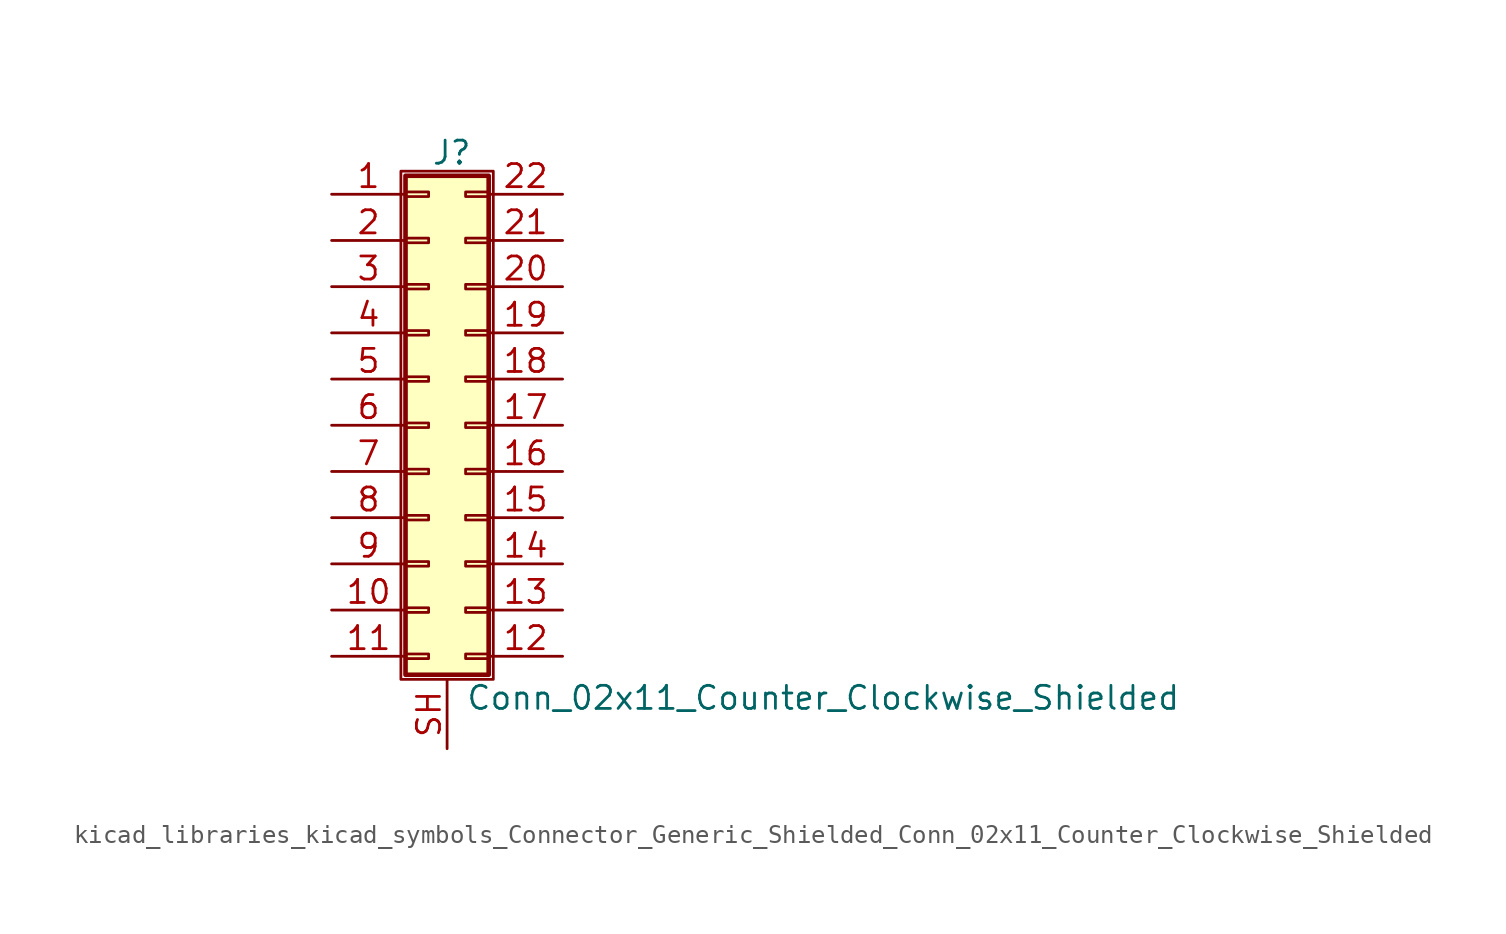
<source format=kicad_sym>
(kicad_symbol_lib
  (version 20220914)
  (generator kicad_symbol_editor)
  (symbol "kicad_libraries_kicad_symbols_Connector_Generic_Shielded_Conn_02x11_Counter_Clockwise_Shielded"
    (pin_names
      (offset 1.016) hide)
    (property "Reference" "J"
      (at 1.524 14.986 0)
      (effects (font (size 1.27 1.27))))
    (property "Value" "Conn_02x11_Counter_Clockwise_Shielded"
      (at 2.286 -14.986 0)
      (effects (font (size 1.27 1.27)) (justify left)))
    (symbol "kicad_libraries_kicad_symbols_Connector_Generic_Shielded_Conn_02x11_Counter_Clockwise_Shielded_1_1"
      (rectangle (start -1.27 13.97) (end 3.81 -13.97) (stroke (width 0.152) (type default)) (fill (type none)))
      (rectangle (start -1.016 -12.573) (end 0.254 -12.827) (stroke (width 0.152) (type default)) (fill (type none)))
      (rectangle (start -1.016 -10.033) (end 0.254 -10.287) (stroke (width 0.152) (type default)) (fill (type none)))
      (rectangle (start -1.016 -7.493) (end 0.254 -7.747) (stroke (width 0.152) (type default)) (fill (type none)))
      (rectangle (start -1.016 -4.953) (end 0.254 -5.207) (stroke (width 0.152) (type default)) (fill (type none)))
      (rectangle (start -1.016 -2.413) (end 0.254 -2.667) (stroke (width 0.152) (type default)) (fill (type none)))
      (rectangle (start -1.016 0.127) (end 0.254 -0.127) (stroke (width 0.152) (type default)) (fill (type none)))
      (rectangle (start -1.016 2.667) (end 0.254 2.413) (stroke (width 0.152) (type default)) (fill (type none)))
      (rectangle (start -1.016 5.207) (end 0.254 4.953) (stroke (width 0.152) (type default)) (fill (type none)))
      (rectangle (start -1.016 7.747) (end 0.254 7.493) (stroke (width 0.152) (type default)) (fill (type none)))
      (rectangle (start -1.016 10.287) (end 0.254 10.033) (stroke (width 0.152) (type default)) (fill (type none)))
      (rectangle (start -1.016 12.827) (end 0.254 12.573) (stroke (width 0.152) (type default)) (fill (type none)))
      (rectangle (start -1.016 13.716) (end 3.556 -13.716) (stroke (width 0.254) (type default)) (fill (type background)))
      (rectangle (start 3.556 -12.573) (end 2.286 -12.827) (stroke (width 0.152) (type default)) (fill (type none)))
      (rectangle (start 3.556 -10.033) (end 2.286 -10.287) (stroke (width 0.152) (type default)) (fill (type none)))
      (rectangle (start 3.556 -7.493) (end 2.286 -7.747) (stroke (width 0.152) (type default)) (fill (type none)))
      (rectangle (start 3.556 -4.953) (end 2.286 -5.207) (stroke (width 0.152) (type default)) (fill (type none)))
      (rectangle (start 3.556 -2.413) (end 2.286 -2.667) (stroke (width 0.152) (type default)) (fill (type none)))
      (rectangle (start 3.556 0.127) (end 2.286 -0.127) (stroke (width 0.152) (type default)) (fill (type none)))
      (rectangle (start 3.556 2.667) (end 2.286 2.413) (stroke (width 0.152) (type default)) (fill (type none)))
      (rectangle (start 3.556 5.207) (end 2.286 4.953) (stroke (width 0.152) (type default)) (fill (type none)))
      (rectangle (start 3.556 7.747) (end 2.286 7.493) (stroke (width 0.152) (type default)) (fill (type none)))
      (rectangle (start 3.556 10.287) (end 2.286 10.033) (stroke (width 0.152) (type default)) (fill (type none)))
      (rectangle (start 3.556 12.827) (end 2.286 12.573) (stroke (width 0.152) (type default)) (fill (type none)))
      (pin passive line (at -5.08 12.7 0) (length 4.064) (name "Pin_1" (effects (font (size 1.27 1.27)))) (number "1" (effects (font (size 1.27 1.27)))))
      (pin passive line (at -5.08 -10.16 0) (length 4.064) (name "Pin_10" (effects (font (size 1.27 1.27)))) (number "10" (effects (font (size 1.27 1.27)))))
      (pin passive line (at -5.08 -12.7 0) (length 4.064) (name "Pin_11" (effects (font (size 1.27 1.27)))) (number "11" (effects (font (size 1.27 1.27)))))
      (pin passive line (at 7.62 -12.7 180) (length 4.064) (name "Pin_12" (effects (font (size 1.27 1.27)))) (number "12" (effects (font (size 1.27 1.27)))))
      (pin passive line (at 7.62 -10.16 180) (length 4.064) (name "Pin_13" (effects (font (size 1.27 1.27)))) (number "13" (effects (font (size 1.27 1.27)))))
      (pin passive line (at 7.62 -7.62 180) (length 4.064) (name "Pin_14" (effects (font (size 1.27 1.27)))) (number "14" (effects (font (size 1.27 1.27)))))
      (pin passive line (at 7.62 -5.08 180) (length 4.064) (name "Pin_15" (effects (font (size 1.27 1.27)))) (number "15" (effects (font (size 1.27 1.27)))))
      (pin passive line (at 7.62 -2.54 180) (length 4.064) (name "Pin_16" (effects (font (size 1.27 1.27)))) (number "16" (effects (font (size 1.27 1.27)))))
      (pin passive line (at 7.62 0 180) (length 4.064) (name "Pin_17" (effects (font (size 1.27 1.27)))) (number "17" (effects (font (size 1.27 1.27)))))
      (pin passive line (at 7.62 2.54 180) (length 4.064) (name "Pin_18" (effects (font (size 1.27 1.27)))) (number "18" (effects (font (size 1.27 1.27)))))
      (pin passive line (at 7.62 5.08 180) (length 4.064) (name "Pin_19" (effects (font (size 1.27 1.27)))) (number "19" (effects (font (size 1.27 1.27)))))
      (pin passive line (at -5.08 10.16 0) (length 4.064) (name "Pin_2" (effects (font (size 1.27 1.27)))) (number "2" (effects (font (size 1.27 1.27)))))
      (pin passive line (at 7.62 7.62 180) (length 4.064) (name "Pin_20" (effects (font (size 1.27 1.27)))) (number "20" (effects (font (size 1.27 1.27)))))
      (pin passive line (at 7.62 10.16 180) (length 4.064) (name "Pin_21" (effects (font (size 1.27 1.27)))) (number "21" (effects (font (size 1.27 1.27)))))
      (pin passive line (at 7.62 12.7 180) (length 4.064) (name "Pin_22" (effects (font (size 1.27 1.27)))) (number "22" (effects (font (size 1.27 1.27)))))
      (pin passive line (at -5.08 7.62 0) (length 4.064) (name "Pin_3" (effects (font (size 1.27 1.27)))) (number "3" (effects (font (size 1.27 1.27)))))
      (pin passive line (at -5.08 5.08 0) (length 4.064) (name "Pin_4" (effects (font (size 1.27 1.27)))) (number "4" (effects (font (size 1.27 1.27)))))
      (pin passive line (at -5.08 2.54 0) (length 4.064) (name "Pin_5" (effects (font (size 1.27 1.27)))) (number "5" (effects (font (size 1.27 1.27)))))
      (pin passive line (at -5.08 0 0) (length 4.064) (name "Pin_6" (effects (font (size 1.27 1.27)))) (number "6" (effects (font (size 1.27 1.27)))))
      (pin passive line (at -5.08 -2.54 0) (length 4.064) (name "Pin_7" (effects (font (size 1.27 1.27)))) (number "7" (effects (font (size 1.27 1.27)))))
      (pin passive line (at -5.08 -5.08 0) (length 4.064) (name "Pin_8" (effects (font (size 1.27 1.27)))) (number "8" (effects (font (size 1.27 1.27)))))
      (pin passive line (at -5.08 -7.62 0) (length 4.064) (name "Pin_9" (effects (font (size 1.27 1.27)))) (number "9" (effects (font (size 1.27 1.27)))))
      (pin passive line (at 1.27 -17.78 90) (length 3.81) (name "Shield" (effects (font (size 1.27 1.27)))) (number "SH" (effects (font (size 1.27 1.27))))))))
</source>
